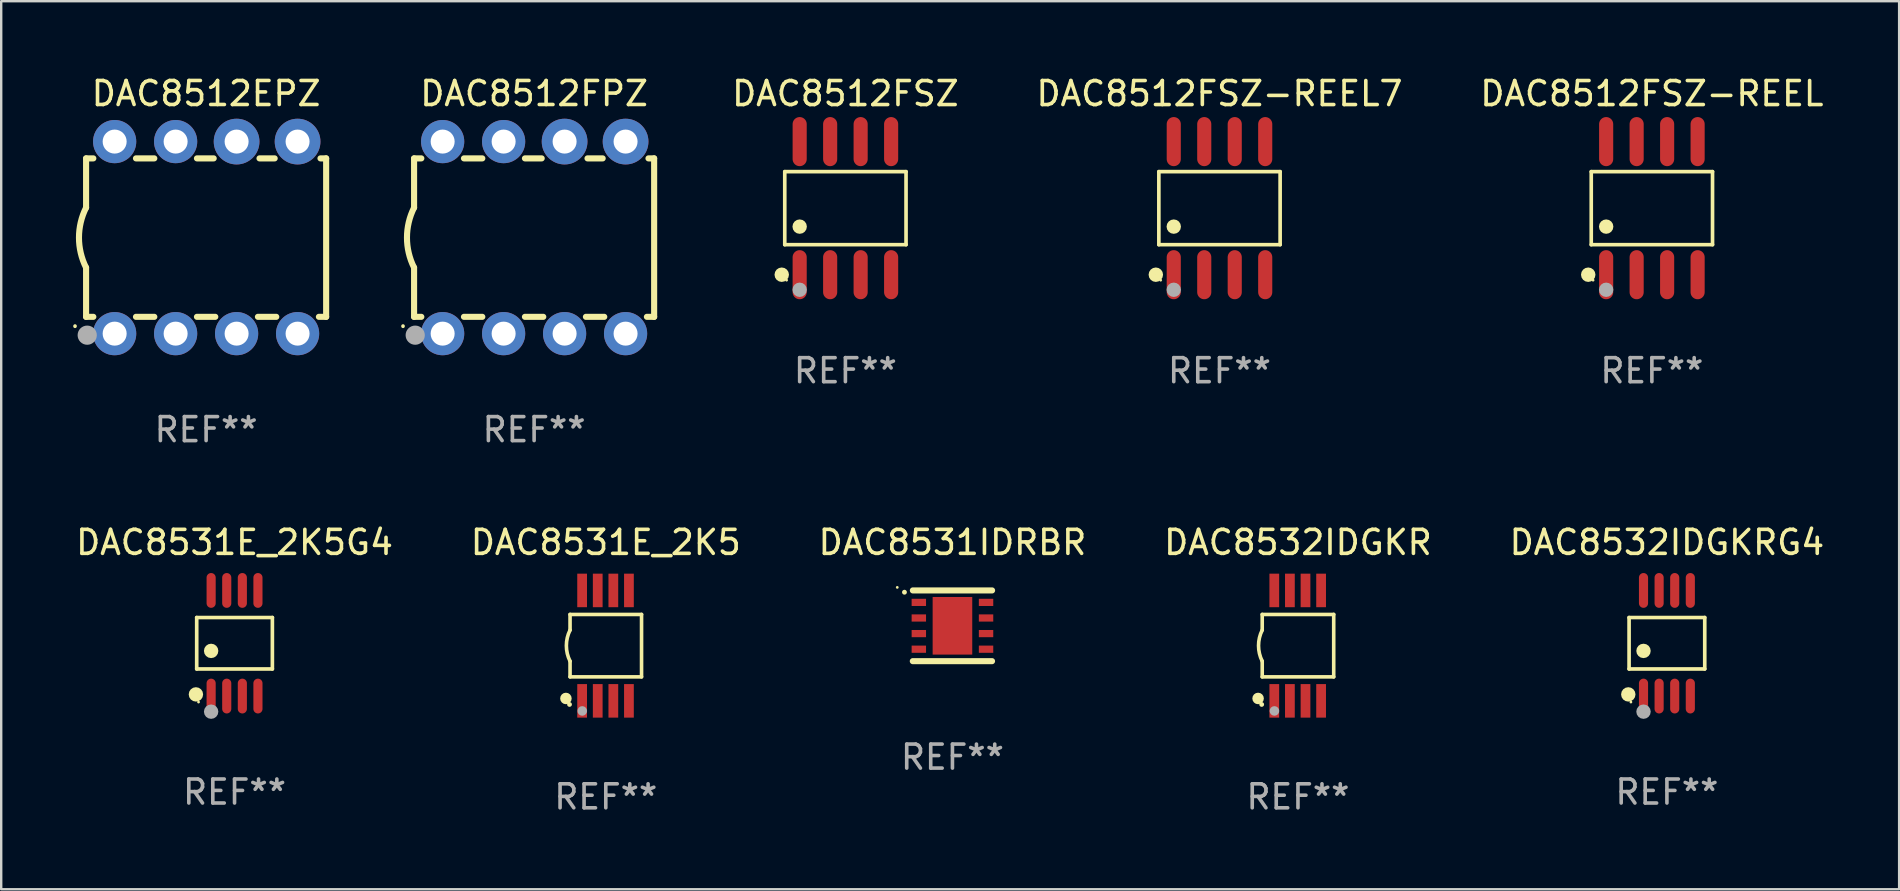
<source format=kicad_pcb>
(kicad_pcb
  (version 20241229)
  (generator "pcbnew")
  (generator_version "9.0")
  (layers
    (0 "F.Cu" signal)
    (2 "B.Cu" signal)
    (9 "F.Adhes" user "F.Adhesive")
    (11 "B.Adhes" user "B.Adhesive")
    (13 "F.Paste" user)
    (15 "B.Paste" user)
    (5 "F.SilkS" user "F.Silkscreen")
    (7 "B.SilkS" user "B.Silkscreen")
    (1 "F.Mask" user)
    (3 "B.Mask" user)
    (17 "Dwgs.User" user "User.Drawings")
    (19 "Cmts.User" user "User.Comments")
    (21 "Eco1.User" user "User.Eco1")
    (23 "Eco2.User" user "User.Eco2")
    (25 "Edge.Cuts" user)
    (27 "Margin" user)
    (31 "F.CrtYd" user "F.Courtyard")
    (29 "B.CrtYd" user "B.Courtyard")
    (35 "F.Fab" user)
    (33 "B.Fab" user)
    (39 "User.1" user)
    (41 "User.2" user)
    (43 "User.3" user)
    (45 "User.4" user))
  (footprint "DAC8531IDRBR"
    (layer "F.Cu")
    (at 36.625 23.018)
    (property "Reference" "DAC8531IDRBR" (at 0 -3.473 0) (layer "F.SilkS") (effects (font (size 1 1) (thickness 0.15))))
    (attr through_hole)
    (fp_line (start -1.649 -1.473) (end 1.651 -1.473) (stroke (width 0.254) (type solid)) (layer "F.SilkS"))
    (fp_line (start 1.649 1.473) (end -1.651 1.473) (stroke (width 0.254) (type solid)) (layer "F.SilkS"))
    (fp_arc (start -1.998984 -1.397003) (mid -1.998992 -1.398273) (end -1.998984 -1.399543) (stroke (width 0.2) (type solid)) (layer "F.SilkS"))
    (fp_circle (center -2.299 -1.6) (end -2.269 -1.6) (stroke (width 0.06) (type solid)) (fill no) (layer "F.SilkS"))
    (fp_text user "REF**" (at 0 5.473 0) (layer "F.Fab") (effects (font (size 1 1) (thickness 0.15))))
    (pad "1" smd rect (at -1.4 -0.975 270) (size 0.3 0.6) (layers "F.Cu" "F.Mask" "F.Paste"))
    (pad "2" smd rect (at -1.4 -0.325 270) (size 0.3 0.6) (layers "F.Cu" "F.Mask" "F.Paste"))
    (pad "3" smd rect (at -1.4 0.325 270) (size 0.3 0.6) (layers "F.Cu" "F.Mask" "F.Paste"))
    (pad "4" smd rect (at -1.4 0.975 270) (size 0.3 0.6) (layers "F.Cu" "F.Mask" "F.Paste"))
    (pad "5" smd rect (at 1.4 0.975 90) (size 0.3 0.6) (layers "F.Cu" "F.Mask" "F.Paste"))
    (pad "6" smd rect (at 1.4 0.325 90) (size 0.3 0.6) (layers "F.Cu" "F.Mask" "F.Paste"))
    (pad "7" smd rect (at 1.4 -0.325 90) (size 0.3 0.6) (layers "F.Cu" "F.Mask" "F.Paste"))
    (pad "8" smd rect (at 1.4 -0.975 90) (size 0.3 0.6) (layers "F.Cu" "F.Mask" "F.Paste"))
    (pad "9" smd rect (at 0 0 270) (size 2.4 1.65) (layers "F.Cu" "F.Mask" "F.Paste")))
  (footprint "DAC8512FSZ-REEL7"
    (layer "F.Cu")
    (at 47.749 5.621)
    (property "Reference" "DAC8512FSZ-REEL7" (at 0 -4.772 0) (layer "F.SilkS") (effects (font (size 1 1) (thickness 0.15))))
    (attr through_hole)
    (fp_line (start -2.526 -1.521) (end 2.526 -1.521) (stroke (width 0.152) (type solid)) (layer "F.SilkS"))
    (fp_line (start -2.526 1.521) (end -2.526 -1.521) (stroke (width 0.152) (type solid)) (layer "F.SilkS"))
    (fp_line (start 2.526 -1.521) (end 2.526 1.521) (stroke (width 0.152) (type solid)) (layer "F.SilkS"))
    (fp_line (start 2.526 1.521) (end -2.526 1.521) (stroke (width 0.152) (type solid)) (layer "F.SilkS"))
    (fp_circle (center -2.652 2.772) (end -2.501 2.772) (stroke (width 0.3) (type solid)) (fill no) (layer "F.SilkS"))
    (fp_circle (center -2.45 3) (end -2.42 3) (stroke (width 0.06) (type solid)) (fill no) (layer "F.SilkS"))
    (fp_circle (center -1.905 0.769) (end -1.755 0.769) (stroke (width 0.3) (type solid)) (fill no) (layer "F.SilkS"))
    (fp_circle (center -1.905 3.4) (end -1.755 3.4) (stroke (width 0.3) (type solid)) (fill no) (layer "F.Fab"))
    (fp_text user "REF**" (at 0 6.772 0) (layer "F.Fab") (effects (font (size 1 1) (thickness 0.15))))
    (pad "1" smd oval (at -1.905 2.772) (size 0.588 2.045) (layers "F.Cu" "F.Mask" "F.Paste"))
    (pad "2" smd oval (at -0.635 2.772) (size 0.588 2.045) (layers "F.Cu" "F.Mask" "F.Paste"))
    (pad "3" smd oval (at 0.635 2.772) (size 0.588 2.045) (layers "F.Cu" "F.Mask" "F.Paste"))
    (pad "4" smd oval (at 1.905 2.772) (size 0.588 2.045) (layers "F.Cu" "F.Mask" "F.Paste"))
    (pad "5" smd oval (at 1.905 -2.772) (size 0.588 2.045) (layers "F.Cu" "F.Mask" "F.Paste"))
    (pad "6" smd oval (at 0.635 -2.772) (size 0.588 2.045) (layers "F.Cu" "F.Mask" "F.Paste"))
    (pad "7" smd oval (at -0.635 -2.772) (size 0.588 2.045) (layers "F.Cu" "F.Mask" "F.Paste"))
    (pad "8" smd oval (at -1.905 -2.772) (size 0.588 2.045) (layers "F.Cu" "F.Mask" "F.Paste")))
  (footprint "DAC8512FSZ-REEL"
    (layer "F.Cu")
    (at 65.761 5.621)
    (property "Reference" "DAC8512FSZ-REEL" (at 0 -4.772 0) (layer "F.SilkS") (effects (font (size 1 1) (thickness 0.15))))
    (attr through_hole)
    (fp_line (start -2.526 -1.521) (end 2.526 -1.521) (stroke (width 0.152) (type solid)) (layer "F.SilkS"))
    (fp_line (start -2.526 1.521) (end -2.526 -1.521) (stroke (width 0.152) (type solid)) (layer "F.SilkS"))
    (fp_line (start 2.526 -1.521) (end 2.526 1.521) (stroke (width 0.152) (type solid)) (layer "F.SilkS"))
    (fp_line (start 2.526 1.521) (end -2.526 1.521) (stroke (width 0.152) (type solid)) (layer "F.SilkS"))
    (fp_circle (center -2.652 2.772) (end -2.501 2.772) (stroke (width 0.3) (type solid)) (fill no) (layer "F.SilkS"))
    (fp_circle (center -2.45 3) (end -2.42 3) (stroke (width 0.06) (type solid)) (fill no) (layer "F.SilkS"))
    (fp_circle (center -1.905 0.769) (end -1.755 0.769) (stroke (width 0.3) (type solid)) (fill no) (layer "F.SilkS"))
    (fp_circle (center -1.905 3.4) (end -1.755 3.4) (stroke (width 0.3) (type solid)) (fill no) (layer "F.Fab"))
    (fp_text user "REF**" (at 0 6.772 0) (layer "F.Fab") (effects (font (size 1 1) (thickness 0.15))))
    (pad "1" smd oval (at -1.905 2.772) (size 0.588 2.045) (layers "F.Cu" "F.Mask" "F.Paste"))
    (pad "2" smd oval (at -0.635 2.772) (size 0.588 2.045) (layers "F.Cu" "F.Mask" "F.Paste"))
    (pad "3" smd oval (at 0.635 2.772) (size 0.588 2.045) (layers "F.Cu" "F.Mask" "F.Paste"))
    (pad "4" smd oval (at 1.905 2.772) (size 0.588 2.045) (layers "F.Cu" "F.Mask" "F.Paste"))
    (pad "5" smd oval (at 1.905 -2.772) (size 0.588 2.045) (layers "F.Cu" "F.Mask" "F.Paste"))
    (pad "6" smd oval (at 0.635 -2.772) (size 0.588 2.045) (layers "F.Cu" "F.Mask" "F.Paste"))
    (pad "7" smd oval (at -0.635 -2.772) (size 0.588 2.045) (layers "F.Cu" "F.Mask" "F.Paste"))
    (pad "8" smd oval (at -1.905 -2.772) (size 0.588 2.045) (layers "F.Cu" "F.Mask" "F.Paste")))
  (footprint "DAC8512FSZ"
    (layer "F.Cu")
    (at 32.166 5.621)
    (property "Reference" "DAC8512FSZ" (at 0 -4.772 0) (layer "F.SilkS") (effects (font (size 1 1) (thickness 0.15))))
    (attr through_hole)
    (fp_line (start -2.526 -1.521) (end 2.526 -1.521) (stroke (width 0.152) (type solid)) (layer "F.SilkS"))
    (fp_line (start -2.526 1.521) (end -2.526 -1.521) (stroke (width 0.152) (type solid)) (layer "F.SilkS"))
    (fp_line (start 2.526 -1.521) (end 2.526 1.521) (stroke (width 0.152) (type solid)) (layer "F.SilkS"))
    (fp_line (start 2.526 1.521) (end -2.526 1.521) (stroke (width 0.152) (type solid)) (layer "F.SilkS"))
    (fp_circle (center -2.652 2.772) (end -2.501 2.772) (stroke (width 0.3) (type solid)) (fill no) (layer "F.SilkS"))
    (fp_circle (center -2.45 3) (end -2.42 3) (stroke (width 0.06) (type solid)) (fill no) (layer "F.SilkS"))
    (fp_circle (center -1.905 0.769) (end -1.755 0.769) (stroke (width 0.3) (type solid)) (fill no) (layer "F.SilkS"))
    (fp_circle (center -1.905 3.4) (end -1.755 3.4) (stroke (width 0.3) (type solid)) (fill no) (layer "F.Fab"))
    (fp_text user "REF**" (at 0 6.772 0) (layer "F.Fab") (effects (font (size 1 1) (thickness 0.15))))
    (pad "1" smd oval (at -1.905 2.772) (size 0.588 2.045) (layers "F.Cu" "F.Mask" "F.Paste"))
    (pad "2" smd oval (at -0.635 2.772) (size 0.588 2.045) (layers "F.Cu" "F.Mask" "F.Paste"))
    (pad "3" smd oval (at 0.635 2.772) (size 0.588 2.045) (layers "F.Cu" "F.Mask" "F.Paste"))
    (pad "4" smd oval (at 1.905 2.772) (size 0.588 2.045) (layers "F.Cu" "F.Mask" "F.Paste"))
    (pad "5" smd oval (at 1.905 -2.772) (size 0.588 2.045) (layers "F.Cu" "F.Mask" "F.Paste"))
    (pad "6" smd oval (at 0.635 -2.772) (size 0.588 2.045) (layers "F.Cu" "F.Mask" "F.Paste"))
    (pad "7" smd oval (at -0.635 -2.772) (size 0.588 2.045) (layers "F.Cu" "F.Mask" "F.Paste"))
    (pad "8" smd oval (at -1.905 -2.772) (size 0.588 2.045) (layers "F.Cu" "F.Mask" "F.Paste")))
  (footprint "DAC8531E_2K5G4"
    (layer "F.Cu")
    (at 6.72 23.745)
    (property "Reference" "DAC8531E_2K5G4" (at 0 -4.2 0) (layer "F.SilkS") (effects (font (size 1 1) (thickness 0.15))))
    (attr through_hole)
    (fp_line (start -1.576 -1.071) (end 1.576 -1.071) (stroke (width 0.152) (type solid)) (layer "F.SilkS"))
    (fp_line (start -1.576 1.071) (end -1.576 -1.071) (stroke (width 0.152) (type solid)) (layer "F.SilkS"))
    (fp_line (start 1.576 -1.071) (end 1.576 1.071) (stroke (width 0.152) (type solid)) (layer "F.SilkS"))
    (fp_line (start 1.576 1.071) (end -1.576 1.071) (stroke (width 0.152) (type solid)) (layer "F.SilkS"))
    (fp_circle (center -1.609 2.131) (end -1.459 2.131) (stroke (width 0.3) (type solid)) (fill no) (layer "F.SilkS"))
    (fp_circle (center -1.5 2.45) (end -1.47 2.45) (stroke (width 0.06) (type solid)) (fill no) (layer "F.SilkS"))
    (fp_circle (center -0.975 0.319) (end -0.825 0.319) (stroke (width 0.3) (type solid)) (fill no) (layer "F.SilkS"))
    (fp_circle (center -0.975 2.85) (end -0.825 2.85) (stroke (width 0.3) (type solid)) (fill no) (layer "F.Fab"))
    (fp_text user "REF**" (at 0 6.2 0) (layer "F.Fab") (effects (font (size 1 1) (thickness 0.15))))
    (pad "1" smd oval (at -0.975 2.2) (size 0.38 1.45) (layers "F.Cu" "F.Mask" "F.Paste"))
    (pad "2" smd oval (at -0.325 2.2) (size 0.38 1.45) (layers "F.Cu" "F.Mask" "F.Paste"))
    (pad "3" smd oval (at 0.325 2.2) (size 0.38 1.45) (layers "F.Cu" "F.Mask" "F.Paste"))
    (pad "4" smd oval (at 0.975 2.2) (size 0.38 1.45) (layers "F.Cu" "F.Mask" "F.Paste"))
    (pad "5" smd oval (at 0.975 -2.2) (size 0.38 1.45) (layers "F.Cu" "F.Mask" "F.Paste"))
    (pad "6" smd oval (at 0.325 -2.2) (size 0.38 1.45) (layers "F.Cu" "F.Mask" "F.Paste"))
    (pad "7" smd oval (at -0.325 -2.2) (size 0.38 1.45) (layers "F.Cu" "F.Mask" "F.Paste"))
    (pad "8" smd oval (at -0.975 -2.2) (size 0.38 1.45) (layers "F.Cu" "F.Mask" "F.Paste")))
  (footprint "DAC8512EPZ"
    (layer "F.Cu")
    (at 5.536 6.848)
    (property "Reference" "DAC8512EPZ" (at 0 -6 0) (layer "F.SilkS") (effects (font (size 1 1) (thickness 0.15))))
    (attr through_hole)
    (fp_line (start -5 -3.3) (end -5 -1.25) (stroke (width 0.254) (type solid)) (layer "F.SilkS"))
    (fp_line (start -5 -3.3) (end -4.698 -3.3) (stroke (width 0.254) (type solid)) (layer "F.SilkS"))
    (fp_line (start -5 3.3) (end -5 1.25) (stroke (width 0.254) (type solid)) (layer "F.SilkS"))
    (fp_line (start -5 3.3) (end -4.698 3.3) (stroke (width 0.254) (type solid)) (layer "F.SilkS"))
    (fp_line (start -2.922 -3.3) (end -2.158 -3.3) (stroke (width 0.254) (type solid)) (layer "F.SilkS"))
    (fp_line (start -2.922 3.3) (end -2.158 3.3) (stroke (width 0.254) (type solid)) (layer "F.SilkS"))
    (fp_line (start -0.382 -3.3) (end 0.316 -3.3) (stroke (width 0.254) (type solid)) (layer "F.SilkS"))
    (fp_line (start -0.382 3.3) (end 0.382 3.3) (stroke (width 0.254) (type solid)) (layer "F.SilkS"))
    (fp_line (start 2.158 3.3) (end 2.922 3.3) (stroke (width 0.254) (type solid)) (layer "F.SilkS"))
    (fp_line (start 2.224 -3.3) (end 2.856 -3.3) (stroke (width 0.254) (type solid)) (layer "F.SilkS"))
    (fp_line (start 4.698 3.3) (end 5 3.3) (stroke (width 0.254) (type solid)) (layer "F.SilkS"))
    (fp_line (start 4.764 -3.3) (end 5 -3.3) (stroke (width 0.254) (type solid)) (layer "F.SilkS"))
    (fp_line (start 5 -3.3) (end 5 3.3) (stroke (width 0.254) (type solid)) (layer "F.SilkS"))
    (fp_arc (start -5.46124 3.694259) (mid -5.461175 3.688632) (end -5.460986 3.683007) (stroke (width 0.149987) (type solid)) (layer "F.SilkS"))
    (fp_arc (start -5.00127 1.249682) (mid -5.295892 -0.000313) (end -5.000025 -1.250013) (stroke (width 0.254001) (type solid)) (layer "F.SilkS"))
    (fp_circle (center -4.795 4.237) (end -4.765 4.237) (stroke (width 0.06) (type solid)) (fill no) (layer "F.SilkS"))
    (fp_circle (center -4.953 4.064) (end -4.753 4.064) (stroke (width 0.4) (type solid)) (fill no) (layer "F.Fab"))
    (fp_text user "REF**" (at 0 8 0) (layer "F.Fab") (effects (font (size 1 1) (thickness 0.15))))
    (pad "1" thru_hole circle (at -3.81 4) (size 1.8 1.8) (drill 1) (layers "*.Cu" "*.Mask"))
    (pad "2" thru_hole circle (at -1.27 4) (size 1.8 1.8) (drill 1) (layers "*.Cu" "*.Mask"))
    (pad "3" thru_hole circle (at 1.27 4) (size 1.8 1.8) (drill 1) (layers "*.Cu" "*.Mask"))
    (pad "4" thru_hole circle (at 3.81 4) (size 1.8 1.8) (drill 1) (layers "*.Cu" "*.Mask"))
    (pad "5" thru_hole circle (at 3.81 -4) (size 1.905 1.905) (drill 1) (layers "*.Cu" "*.Mask"))
    (pad "6" thru_hole circle (at 1.27 -4) (size 1.905 1.905) (drill 1) (layers "*.Cu" "*.Mask"))
    (pad "7" thru_hole circle (at -1.27 -4) (size 1.8 1.8) (drill 1) (layers "*.Cu" "*.Mask"))
    (pad "8" thru_hole circle (at -3.81 -4) (size 1.8 1.8) (drill 1) (layers "*.Cu" "*.Mask")))
  (footprint "DAC8531E_2K5"
    (layer "F.Cu")
    (at 22.185 23.845)
    (property "Reference" "DAC8531E_2K5" (at 0 -4.3 0) (layer "F.SilkS") (effects (font (size 1 1) (thickness 0.15))))
    (attr through_hole)
    (fp_line (start -1.489 -1.3) (end -1.489 -0.648) (stroke (width 0.15) (type solid)) (layer "F.SilkS"))
    (fp_line (start -1.489 0.648) (end -1.489 1.3) (stroke (width 0.15) (type solid)) (layer "F.SilkS"))
    (fp_line (start -1.489 1.3) (end 1.489 1.3) (stroke (width 0.15) (type solid)) (layer "F.SilkS"))
    (fp_line (start 1.489 -1.3) (end -1.489 -1.3) (stroke (width 0.15) (type solid)) (layer "F.SilkS"))
    (fp_line (start 1.489 1.3) (end 1.489 -1.3) (stroke (width 0.15) (type solid)) (layer "F.SilkS"))
    (fp_arc (start -1.489205 0.647702) (mid -1.642107 0) (end -1.489205 -0.647701) (stroke (width 0.150013) (type solid)) (layer "F.SilkS"))
    (fp_circle (center -1.661 2.2) (end -1.541 2.2) (stroke (width 0.24) (type solid)) (fill no) (layer "F.SilkS"))
    (fp_circle (center -1.511 2.45) (end -1.461 2.45) (stroke (width 0.1) (type solid)) (fill no) (layer "F.SilkS"))
    (fp_circle (center -0.981 2.72) (end -0.881 2.72) (stroke (width 0.2) (type solid)) (fill no) (layer "F.Fab"))
    (fp_text user "REF**" (at 0 6.3 0) (layer "F.Fab") (effects (font (size 1 1) (thickness 0.15))))
    (pad "1" smd rect (at -0.986 2.3) (size 0.406 1.397) (layers "F.Cu" "F.Mask" "F.Paste"))
    (pad "2" smd rect (at -0.336 2.3) (size 0.406 1.397) (layers "F.Cu" "F.Mask" "F.Paste"))
    (pad "3" smd rect (at 0.314 2.3) (size 0.406 1.397) (layers "F.Cu" "F.Mask" "F.Paste"))
    (pad "4" smd rect (at 0.964 2.3) (size 0.406 1.397) (layers "F.Cu" "F.Mask" "F.Paste"))
    (pad "5" smd rect (at 0.964 -2.3) (size 0.406 1.397) (layers "F.Cu" "F.Mask" "F.Paste"))
    (pad "6" smd rect (at 0.314 -2.3) (size 0.406 1.397) (layers "F.Cu" "F.Mask" "F.Paste"))
    (pad "7" smd rect (at -0.336 -2.3) (size 0.406 1.397) (layers "F.Cu" "F.Mask" "F.Paste"))
    (pad "8" smd rect (at -0.986 -2.3) (size 0.406 1.397) (layers "F.Cu" "F.Mask" "F.Paste")))
  (footprint "DAC8532IDGKRG4"
    (layer "F.Cu")
    (at 66.387 23.745)
    (property "Reference" "DAC8532IDGKRG4" (at 0 -4.2 0) (layer "F.SilkS") (effects (font (size 1 1) (thickness 0.15))))
    (attr through_hole)
    (fp_line (start -1.576 -1.071) (end 1.576 -1.071) (stroke (width 0.152) (type solid)) (layer "F.SilkS"))
    (fp_line (start -1.576 1.071) (end -1.576 -1.071) (stroke (width 0.152) (type solid)) (layer "F.SilkS"))
    (fp_line (start 1.576 -1.071) (end 1.576 1.071) (stroke (width 0.152) (type solid)) (layer "F.SilkS"))
    (fp_line (start 1.576 1.071) (end -1.576 1.071) (stroke (width 0.152) (type solid)) (layer "F.SilkS"))
    (fp_circle (center -1.609 2.131) (end -1.459 2.131) (stroke (width 0.3) (type solid)) (fill no) (layer "F.SilkS"))
    (fp_circle (center -1.5 2.45) (end -1.47 2.45) (stroke (width 0.06) (type solid)) (fill no) (layer "F.SilkS"))
    (fp_circle (center -0.975 0.319) (end -0.825 0.319) (stroke (width 0.3) (type solid)) (fill no) (layer "F.SilkS"))
    (fp_circle (center -0.975 2.85) (end -0.825 2.85) (stroke (width 0.3) (type solid)) (fill no) (layer "F.Fab"))
    (fp_text user "REF**" (at 0 6.2 0) (layer "F.Fab") (effects (font (size 1 1) (thickness 0.15))))
    (pad "1" smd oval (at -0.975 2.2) (size 0.38 1.45) (layers "F.Cu" "F.Mask" "F.Paste"))
    (pad "2" smd oval (at -0.325 2.2) (size 0.38 1.45) (layers "F.Cu" "F.Mask" "F.Paste"))
    (pad "3" smd oval (at 0.325 2.2) (size 0.38 1.45) (layers "F.Cu" "F.Mask" "F.Paste"))
    (pad "4" smd oval (at 0.975 2.2) (size 0.38 1.45) (layers "F.Cu" "F.Mask" "F.Paste"))
    (pad "5" smd oval (at 0.975 -2.2) (size 0.38 1.45) (layers "F.Cu" "F.Mask" "F.Paste"))
    (pad "6" smd oval (at 0.325 -2.2) (size 0.38 1.45) (layers "F.Cu" "F.Mask" "F.Paste"))
    (pad "7" smd oval (at -0.325 -2.2) (size 0.38 1.45) (layers "F.Cu" "F.Mask" "F.Paste"))
    (pad "8" smd oval (at -0.975 -2.2) (size 0.38 1.45) (layers "F.Cu" "F.Mask" "F.Paste")))
  (footprint "DAC8532IDGKR"
    (layer "F.Cu")
    (at 51.018 23.845)
    (property "Reference" "DAC8532IDGKR" (at 0 -4.3 0) (layer "F.SilkS") (effects (font (size 1 1) (thickness 0.15))))
    (attr through_hole)
    (fp_line (start -1.489 -1.3) (end -1.489 -0.648) (stroke (width 0.15) (type solid)) (layer "F.SilkS"))
    (fp_line (start -1.489 0.648) (end -1.489 1.3) (stroke (width 0.15) (type solid)) (layer "F.SilkS"))
    (fp_line (start -1.489 1.3) (end 1.489 1.3) (stroke (width 0.15) (type solid)) (layer "F.SilkS"))
    (fp_line (start 1.489 -1.3) (end -1.489 -1.3) (stroke (width 0.15) (type solid)) (layer "F.SilkS"))
    (fp_line (start 1.489 1.3) (end 1.489 -1.3) (stroke (width 0.15) (type solid)) (layer "F.SilkS"))
    (fp_arc (start -1.489205 0.647702) (mid -1.642107 0) (end -1.489205 -0.647701) (stroke (width 0.150013) (type solid)) (layer "F.SilkS"))
    (fp_circle (center -1.661 2.2) (end -1.541 2.2) (stroke (width 0.24) (type solid)) (fill no) (layer "F.SilkS"))
    (fp_circle (center -1.511 2.45) (end -1.461 2.45) (stroke (width 0.1) (type solid)) (fill no) (layer "F.SilkS"))
    (fp_circle (center -0.981 2.72) (end -0.881 2.72) (stroke (width 0.2) (type solid)) (fill no) (layer "F.Fab"))
    (fp_text user "REF**" (at 0 6.3 0) (layer "F.Fab") (effects (font (size 1 1) (thickness 0.15))))
    (pad "1" smd rect (at -0.986 2.3) (size 0.406 1.397) (layers "F.Cu" "F.Mask" "F.Paste"))
    (pad "2" smd rect (at -0.336 2.3) (size 0.406 1.397) (layers "F.Cu" "F.Mask" "F.Paste"))
    (pad "3" smd rect (at 0.314 2.3) (size 0.406 1.397) (layers "F.Cu" "F.Mask" "F.Paste"))
    (pad "4" smd rect (at 0.964 2.3) (size 0.406 1.397) (layers "F.Cu" "F.Mask" "F.Paste"))
    (pad "5" smd rect (at 0.964 -2.3) (size 0.406 1.397) (layers "F.Cu" "F.Mask" "F.Paste"))
    (pad "6" smd rect (at 0.314 -2.3) (size 0.406 1.397) (layers "F.Cu" "F.Mask" "F.Paste"))
    (pad "7" smd rect (at -0.336 -2.3) (size 0.406 1.397) (layers "F.Cu" "F.Mask" "F.Paste"))
    (pad "8" smd rect (at -0.986 -2.3) (size 0.406 1.397) (layers "F.Cu" "F.Mask" "F.Paste")))
  (footprint "DAC8512FPZ"
    (layer "F.Cu")
    (at 19.199 6.848)
    (property "Reference" "DAC8512FPZ" (at 0 -6 0) (layer "F.SilkS") (effects (font (size 1 1) (thickness 0.15))))
    (attr through_hole)
    (fp_line (start -5 -3.3) (end -5 -1.25) (stroke (width 0.254) (type solid)) (layer "F.SilkS"))
    (fp_line (start -5 -3.3) (end -4.698 -3.3) (stroke (width 0.254) (type solid)) (layer "F.SilkS"))
    (fp_line (start -5 3.3) (end -5 1.25) (stroke (width 0.254) (type solid)) (layer "F.SilkS"))
    (fp_line (start -5 3.3) (end -4.698 3.3) (stroke (width 0.254) (type solid)) (layer "F.SilkS"))
    (fp_line (start -2.922 -3.3) (end -2.158 -3.3) (stroke (width 0.254) (type solid)) (layer "F.SilkS"))
    (fp_line (start -2.922 3.3) (end -2.158 3.3) (stroke (width 0.254) (type solid)) (layer "F.SilkS"))
    (fp_line (start -0.382 -3.3) (end 0.316 -3.3) (stroke (width 0.254) (type solid)) (layer "F.SilkS"))
    (fp_line (start -0.382 3.3) (end 0.382 3.3) (stroke (width 0.254) (type solid)) (layer "F.SilkS"))
    (fp_line (start 2.158 3.3) (end 2.922 3.3) (stroke (width 0.254) (type solid)) (layer "F.SilkS"))
    (fp_line (start 2.224 -3.3) (end 2.856 -3.3) (stroke (width 0.254) (type solid)) (layer "F.SilkS"))
    (fp_line (start 4.698 3.3) (end 5 3.3) (stroke (width 0.254) (type solid)) (layer "F.SilkS"))
    (fp_line (start 4.764 -3.3) (end 5 -3.3) (stroke (width 0.254) (type solid)) (layer "F.SilkS"))
    (fp_line (start 5 -3.3) (end 5 3.3) (stroke (width 0.254) (type solid)) (layer "F.SilkS"))
    (fp_arc (start -5.46124 3.694259) (mid -5.461175 3.688632) (end -5.460986 3.683007) (stroke (width 0.149987) (type solid)) (layer "F.SilkS"))
    (fp_arc (start -5.00127 1.249682) (mid -5.295892 -0.000313) (end -5.000025 -1.250013) (stroke (width 0.254001) (type solid)) (layer "F.SilkS"))
    (fp_circle (center -4.795 4.237) (end -4.765 4.237) (stroke (width 0.06) (type solid)) (fill no) (layer "F.SilkS"))
    (fp_circle (center -4.953 4.064) (end -4.753 4.064) (stroke (width 0.4) (type solid)) (fill no) (layer "F.Fab"))
    (fp_text user "REF**" (at 0 8 0) (layer "F.Fab") (effects (font (size 1 1) (thickness 0.15))))
    (pad "1" thru_hole circle (at -3.81 4) (size 1.8 1.8) (drill 1) (layers "*.Cu" "*.Mask"))
    (pad "2" thru_hole circle (at -1.27 4) (size 1.8 1.8) (drill 1) (layers "*.Cu" "*.Mask"))
    (pad "3" thru_hole circle (at 1.27 4) (size 1.8 1.8) (drill 1) (layers "*.Cu" "*.Mask"))
    (pad "4" thru_hole circle (at 3.81 4) (size 1.8 1.8) (drill 1) (layers "*.Cu" "*.Mask"))
    (pad "5" thru_hole circle (at 3.81 -4) (size 1.905 1.905) (drill 1) (layers "*.Cu" "*.Mask"))
    (pad "6" thru_hole circle (at 1.27 -4) (size 1.905 1.905) (drill 1) (layers "*.Cu" "*.Mask"))
    (pad "7" thru_hole circle (at -1.27 -4) (size 1.8 1.8) (drill 1) (layers "*.Cu" "*.Mask"))
    (pad "8" thru_hole circle (at -3.81 -4) (size 1.8 1.8) (drill 1) (layers "*.Cu" "*.Mask")))
  (gr_rect
    (start -3 -3)
    (end 76.06 33.993)
    (stroke (width 0.1) (type default))
    (fill no)
    (layer "Edge.Cuts")))
</source>
